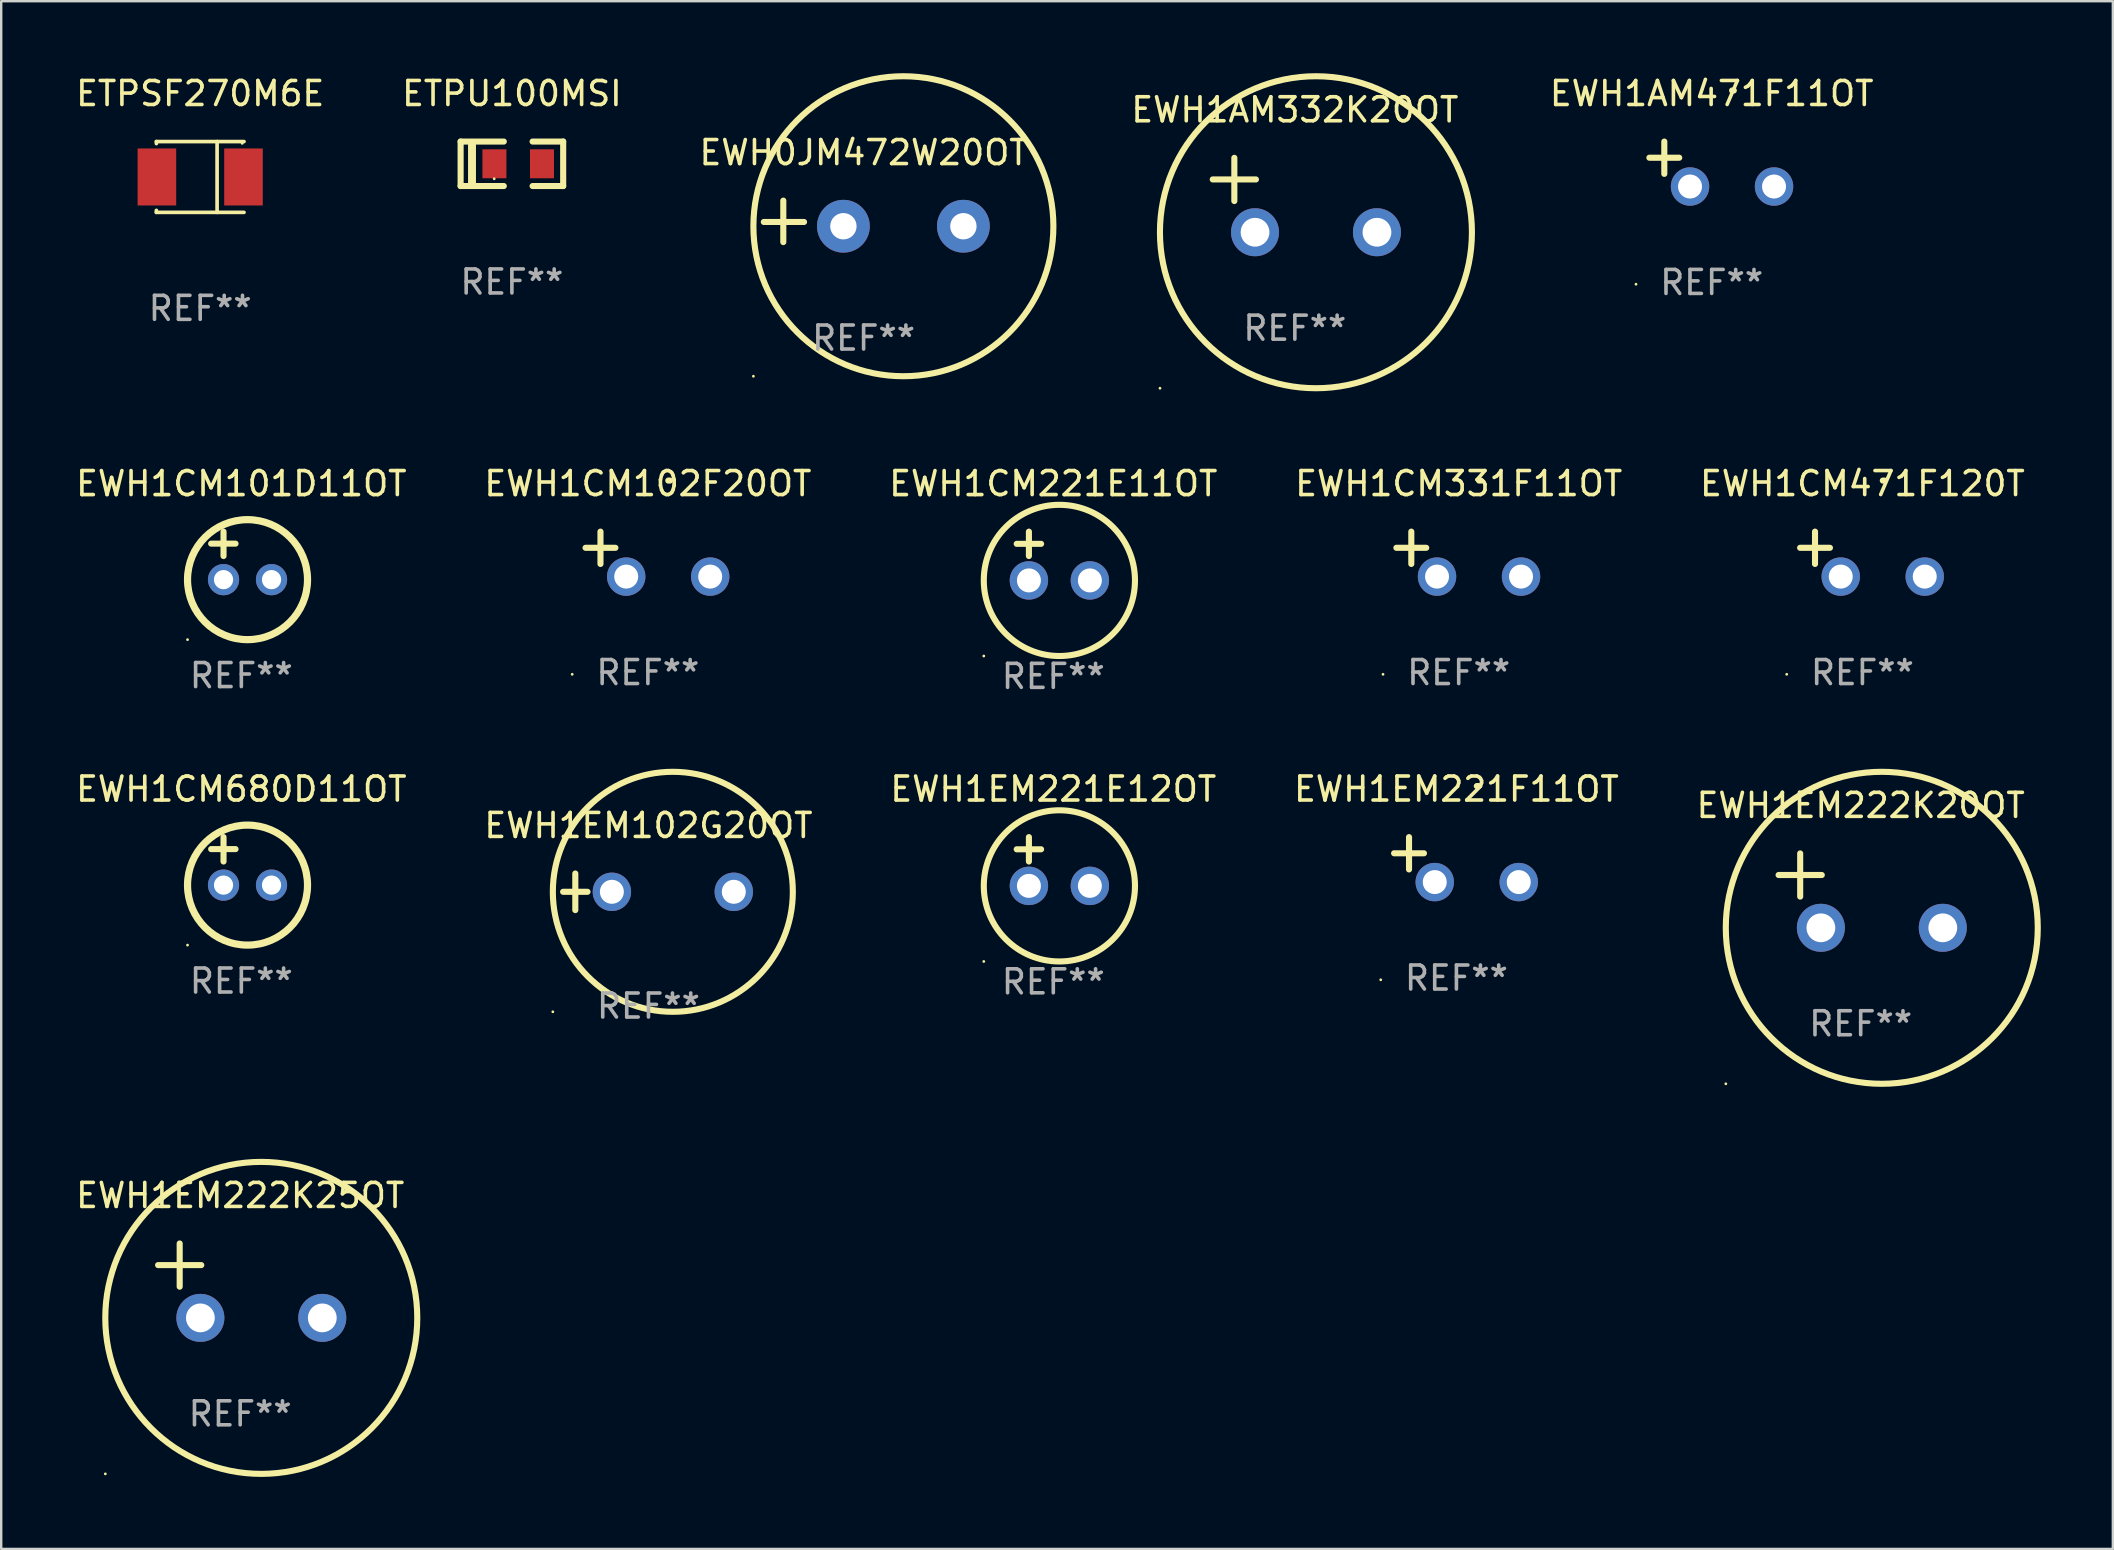
<source format=kicad_pcb>
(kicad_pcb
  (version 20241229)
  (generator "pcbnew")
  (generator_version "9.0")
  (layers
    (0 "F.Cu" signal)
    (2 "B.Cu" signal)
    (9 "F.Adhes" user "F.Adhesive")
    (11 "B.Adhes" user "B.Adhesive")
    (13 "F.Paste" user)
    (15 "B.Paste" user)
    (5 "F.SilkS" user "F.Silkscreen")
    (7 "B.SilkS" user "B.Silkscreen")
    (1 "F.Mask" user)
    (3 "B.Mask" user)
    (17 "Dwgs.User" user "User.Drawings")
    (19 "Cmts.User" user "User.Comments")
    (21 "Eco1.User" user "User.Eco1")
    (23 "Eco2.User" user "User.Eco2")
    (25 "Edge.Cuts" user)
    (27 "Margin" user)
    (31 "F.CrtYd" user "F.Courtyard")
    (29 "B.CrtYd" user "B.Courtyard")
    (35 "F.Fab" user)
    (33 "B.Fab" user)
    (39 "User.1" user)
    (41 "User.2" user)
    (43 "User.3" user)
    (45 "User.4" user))
  (footprint "EWH1EM221F11OT"
    (layer "F.Cu")
    (at 57.637 32.768)
    (property "Reference" "EWH1EM221F11OT" (at 0 -2.937 0) (layer "F.SilkS") (effects (font (size 1 1) (thickness 0.15))))
    (attr through_hole)
    (fp_line (start -1.975 0.41) (end -1.975 -0.937) (stroke (width 0.254) (type solid)) (layer "F.SilkS"))
    (fp_line (start -1.353 -0.263) (end -2.597 -0.263) (stroke (width 0.254) (type solid)) (layer "F.SilkS"))
    (fp_arc (start 0.849809 -3.063957) (mid 0.885369 -3.064114) (end 0.920929 -3.063957) (stroke (width 0.254001) (type solid)) (layer "F.SilkS"))
    (fp_circle (center -3.154 5.008) (end -3.124 5.008) (stroke (width 0.06) (type solid)) (fill no) (layer "F.SilkS"))
    (fp_text user "REF**" (at 0 4.937 0) (layer "F.Fab") (effects (font (size 1 1) (thickness 0.15))))
    (pad "1" thru_hole circle (at -0.903 0.937) (size 1.6 1.6) (drill 1) (layers "*.Cu" "*.Mask"))
    (pad "2" thru_hole circle (at 2.597 0.937) (size 1.6 1.6) (drill 1) (layers "*.Cu" "*.Mask")))
  (footprint "EWH1EM222K20OT"
    (layer "F.Cu")
    (at 74.482 34.06)
    (property "Reference" "EWH1EM222K20OT" (at 0 -3.55 0) (layer "F.SilkS") (effects (font (size 1 1) (thickness 0.15))))
    (attr through_hole)
    (fp_line (start -3.421 -0.65) (end -1.621 -0.65) (stroke (width 0.254) (type solid)) (layer "F.SilkS"))
    (fp_line (start -2.521 -1.55) (end -2.521 0.25) (stroke (width 0.254) (type solid)) (layer "F.SilkS"))
    (fp_circle (center -5.619 8.05) (end -5.589 8.05) (stroke (width 0.06) (type solid)) (fill no) (layer "F.SilkS"))
    (fp_circle (center 0.879 1.55) (end 7.379 1.55) (stroke (width 0.254) (type solid)) (fill no) (layer "F.SilkS"))
    (fp_text user "REF**" (at 0 5.55 0) (layer "F.Fab") (effects (font (size 1 1) (thickness 0.15))))
    (pad "1" thru_hole circle (at -1.659 1.55) (size 2 2) (drill 1.2) (layers "*.Cu" "*.Mask"))
    (pad "2" thru_hole circle (at 3.421 1.55) (size 2 2) (drill 1.2) (layers "*.Cu" "*.Mask")))
  (footprint "EWH1CM102F20OT"
    (layer "F.Cu")
    (at 23.946 20.039)
    (property "Reference" "EWH1CM102F20OT" (at 0 -2.937 0) (layer "F.SilkS") (effects (font (size 1 1) (thickness 0.15))))
    (attr through_hole)
    (fp_line (start -1.975 0.41) (end -1.975 -0.937) (stroke (width 0.254) (type solid)) (layer "F.SilkS"))
    (fp_line (start -1.353 -0.263) (end -2.597 -0.263) (stroke (width 0.254) (type solid)) (layer "F.SilkS"))
    (fp_arc (start 0.849809 -3.063957) (mid 0.885369 -3.064114) (end 0.920929 -3.063957) (stroke (width 0.254001) (type solid)) (layer "F.SilkS"))
    (fp_circle (center -3.154 5.008) (end -3.124 5.008) (stroke (width 0.06) (type solid)) (fill no) (layer "F.SilkS"))
    (fp_text user "REF**" (at 0 4.937 0) (layer "F.Fab") (effects (font (size 1 1) (thickness 0.15))))
    (pad "1" thru_hole circle (at -0.903 0.937) (size 1.6 1.6) (drill 1) (layers "*.Cu" "*.Mask"))
    (pad "2" thru_hole circle (at 2.597 0.937) (size 1.6 1.6) (drill 1) (layers "*.Cu" "*.Mask")))
  (footprint "EWH1AM332K20OT"
    (layer "F.Cu")
    (at 50.904 5.077)
    (property "Reference" "EWH1AM332K20OT" (at 0 -3.55 0) (layer "F.SilkS") (effects (font (size 1 1) (thickness 0.15))))
    (attr through_hole)
    (fp_line (start -3.421 -0.65) (end -1.621 -0.65) (stroke (width 0.254) (type solid)) (layer "F.SilkS"))
    (fp_line (start -2.521 -1.55) (end -2.521 0.25) (stroke (width 0.254) (type solid)) (layer "F.SilkS"))
    (fp_circle (center -5.619 8.05) (end -5.589 8.05) (stroke (width 0.06) (type solid)) (fill no) (layer "F.SilkS"))
    (fp_circle (center 0.879 1.55) (end 7.379 1.55) (stroke (width 0.254) (type solid)) (fill no) (layer "F.SilkS"))
    (fp_text user "REF**" (at 0 5.55 0) (layer "F.Fab") (effects (font (size 1 1) (thickness 0.15))))
    (pad "1" thru_hole circle (at -1.659 1.55) (size 2 2) (drill 1.2) (layers "*.Cu" "*.Mask"))
    (pad "2" thru_hole circle (at 3.421 1.55) (size 2 2) (drill 1.2) (layers "*.Cu" "*.Mask")))
  (footprint "EWH1AM471F11OT"
    (layer "F.Cu")
    (at 68.274 3.785)
    (property "Reference" "EWH1AM471F11OT" (at 0 -2.937 0) (layer "F.SilkS") (effects (font (size 1 1) (thickness 0.15))))
    (attr through_hole)
    (fp_line (start -1.975 0.41) (end -1.975 -0.937) (stroke (width 0.254) (type solid)) (layer "F.SilkS"))
    (fp_line (start -1.353 -0.263) (end -2.597 -0.263) (stroke (width 0.254) (type solid)) (layer "F.SilkS"))
    (fp_arc (start 0.849809 -3.063957) (mid 0.885369 -3.064114) (end 0.920929 -3.063957) (stroke (width 0.254001) (type solid)) (layer "F.SilkS"))
    (fp_circle (center -3.154 5.008) (end -3.124 5.008) (stroke (width 0.06) (type solid)) (fill no) (layer "F.SilkS"))
    (fp_text user "REF**" (at 0 4.937 0) (layer "F.Fab") (effects (font (size 1 1) (thickness 0.15))))
    (pad "1" thru_hole circle (at -0.903 0.937) (size 1.6 1.6) (drill 1) (layers "*.Cu" "*.Mask"))
    (pad "2" thru_hole circle (at 2.597 0.937) (size 1.6 1.6) (drill 1) (layers "*.Cu" "*.Mask")))
  (footprint "EWH1EM221E12OT"
    (layer "F.Cu")
    (at 40.839 32.847)
    (property "Reference" "EWH1EM221E12OT" (at 0 -3.016 0) (layer "F.SilkS") (effects (font (size 1 1) (thickness 0.15))))
    (attr through_hole)
    (fp_line (start -1.524 -0.508) (end -0.508 -0.508) (stroke (width 0.254) (type solid)) (layer "F.SilkS"))
    (fp_line (start -1.016 -1.016) (end -1.016 0) (stroke (width 0.254) (type solid)) (layer "F.SilkS"))
    (fp_circle (center -2.896 4.166) (end -2.866 4.166) (stroke (width 0.06) (type solid)) (fill no) (layer "F.SilkS"))
    (fp_circle (center 0.254 1.016) (end 3.404 1.016) (stroke (width 0.254) (type solid)) (fill no) (layer "F.SilkS"))
    (fp_text user "REF**" (at 0 5.016 0) (layer "F.Fab") (effects (font (size 1 1) (thickness 0.15))))
    (pad "1" thru_hole circle (at -1.016 1.016) (size 1.6 1.6) (drill 1) (layers "*.Cu" "*.Mask"))
    (pad "2" thru_hole circle (at 1.524 1.016) (size 1.6 1.6) (drill 1) (layers "*.Cu" "*.Mask")))
  (footprint "EWH1EM222K25OT"
    (layer "F.Cu")
    (at 6.958 50.314)
    (property "Reference" "EWH1EM222K25OT" (at 0 -3.55 0) (layer "F.SilkS") (effects (font (size 1 1) (thickness 0.15))))
    (attr through_hole)
    (fp_line (start -3.421 -0.65) (end -1.621 -0.65) (stroke (width 0.254) (type solid)) (layer "F.SilkS"))
    (fp_line (start -2.521 -1.55) (end -2.521 0.25) (stroke (width 0.254) (type solid)) (layer "F.SilkS"))
    (fp_circle (center -5.619 8.05) (end -5.589 8.05) (stroke (width 0.06) (type solid)) (fill no) (layer "F.SilkS"))
    (fp_circle (center 0.879 1.55) (end 7.379 1.55) (stroke (width 0.254) (type solid)) (fill no) (layer "F.SilkS"))
    (fp_text user "REF**" (at 0 5.55 0) (layer "F.Fab") (effects (font (size 1 1) (thickness 0.15))))
    (pad "1" thru_hole circle (at -1.659 1.55) (size 2 2) (drill 1.2) (layers "*.Cu" "*.Mask"))
    (pad "2" thru_hole circle (at 3.421 1.55) (size 2 2) (drill 1.2) (layers "*.Cu" "*.Mask")))
  (footprint "EWH1CM101D11OT"
    (layer "F.Cu")
    (at 7.006 20.103)
    (property "Reference" "EWH1CM101D11OT" (at 0 -3 0) (layer "F.SilkS") (effects (font (size 1 1) (thickness 0.15))))
    (attr through_hole)
    (fp_line (start -1.258 -0.5) (end -0.242 -0.5) (stroke (width 0.254) (type solid)) (layer "F.SilkS"))
    (fp_line (start -0.742 -1) (end -0.742 0.016) (stroke (width 0.254) (type solid)) (layer "F.SilkS"))
    (fp_circle (center -2.242 3.5) (end -2.212 3.5) (stroke (width 0.06) (type solid)) (fill no) (layer "F.SilkS"))
    (fp_circle (center 0.258 1) (end 2.758 1) (stroke (width 0.3) (type solid)) (fill no) (layer "F.SilkS"))
    (fp_text user "REF**" (at 0 5 0) (layer "F.Fab") (effects (font (size 1 1) (thickness 0.15))))
    (pad "1" thru_hole circle (at -0.742 1) (size 1.3 1.3) (drill 0.8) (layers "*.Cu" "*.Mask"))
    (pad "2" thru_hole circle (at 1.258 1) (size 1.3 1.3) (drill 0.8) (layers "*.Cu" "*.Mask")))
  (footprint "EWH1CM471F120T"
    (layer "F.Cu")
    (at 74.554 20.039)
    (property "Reference" "EWH1CM471F120T" (at 0 -2.937 0) (layer "F.SilkS") (effects (font (size 1 1) (thickness 0.15))))
    (attr through_hole)
    (fp_line (start -1.975 0.41) (end -1.975 -0.937) (stroke (width 0.254) (type solid)) (layer "F.SilkS"))
    (fp_line (start -1.353 -0.263) (end -2.597 -0.263) (stroke (width 0.254) (type solid)) (layer "F.SilkS"))
    (fp_arc (start 0.849809 -3.063957) (mid 0.885369 -3.064114) (end 0.920929 -3.063957) (stroke (width 0.254001) (type solid)) (layer "F.SilkS"))
    (fp_circle (center -3.154 5.008) (end -3.124 5.008) (stroke (width 0.06) (type solid)) (fill no) (layer "F.SilkS"))
    (fp_text user "REF**" (at 0 4.937 0) (layer "F.Fab") (effects (font (size 1 1) (thickness 0.15))))
    (pad "1" thru_hole circle (at -0.903 0.937) (size 1.6 1.6) (drill 1) (layers "*.Cu" "*.Mask"))
    (pad "2" thru_hole circle (at 2.597 0.937) (size 1.6 1.6) (drill 1) (layers "*.Cu" "*.Mask")))
  (footprint "ETPSF270M6E"
    (layer "F.Cu")
    (at 5.292 4.324)
    (property "Reference" "ETPSF270M6E" (at 0 -3.476 0) (layer "F.SilkS") (effects (font (size 1 1) (thickness 0.15))))
    (attr through_hole)
    (fp_line (start -1.826 -1.476) (end -1.826 -1.391) (stroke (width 0.152) (type solid)) (layer "F.SilkS"))
    (fp_line (start -1.826 -1.476) (end 1.826 -1.476) (stroke (width 0.152) (type solid)) (layer "F.SilkS"))
    (fp_line (start -1.826 1.476) (end -1.826 1.391) (stroke (width 0.152) (type solid)) (layer "F.SilkS"))
    (fp_line (start -1.826 1.476) (end 1.826 1.476) (stroke (width 0.152) (type solid)) (layer "F.SilkS"))
    (fp_line (start 0.704 -1.476) (end 0.704 1.476) (stroke (width 0.152) (type solid)) (layer "F.SilkS"))
    (fp_circle (center 1.75 -1.4) (end 1.78 -1.4) (stroke (width 0.06) (type solid)) (fill no) (layer "F.SilkS"))
    (fp_text user "REF**" (at 0 5.476 0) (layer "F.Fab") (effects (font (size 1 1) (thickness 0.15))))
    (pad "1" smd rect (at 1.804 0) (size 1.607 2.376) (layers "F.Cu" "F.Mask" "F.Paste"))
    (pad "2" smd rect (at -1.804 0) (size 1.607 2.376) (layers "F.Cu" "F.Mask" "F.Paste")))
  (footprint "EWH1CM221E11OT"
    (layer "F.Cu")
    (at 40.839 20.119)
    (property "Reference" "EWH1CM221E11OT" (at 0 -3.016 0) (layer "F.SilkS") (effects (font (size 1 1) (thickness 0.15))))
    (attr through_hole)
    (fp_line (start -1.524 -0.508) (end -0.508 -0.508) (stroke (width 0.254) (type solid)) (layer "F.SilkS"))
    (fp_line (start -1.016 -1.016) (end -1.016 0) (stroke (width 0.254) (type solid)) (layer "F.SilkS"))
    (fp_circle (center -2.896 4.166) (end -2.866 4.166) (stroke (width 0.06) (type solid)) (fill no) (layer "F.SilkS"))
    (fp_circle (center 0.254 1.016) (end 3.404 1.016) (stroke (width 0.254) (type solid)) (fill no) (layer "F.SilkS"))
    (fp_text user "REF**" (at 0 5.016 0) (layer "F.Fab") (effects (font (size 1 1) (thickness 0.15))))
    (pad "1" thru_hole circle (at -1.016 1.016) (size 1.6 1.6) (drill 1) (layers "*.Cu" "*.Mask"))
    (pad "2" thru_hole circle (at 1.524 1.016) (size 1.6 1.6) (drill 1) (layers "*.Cu" "*.Mask")))
  (footprint "EWH1CM680D11OT"
    (layer "F.Cu")
    (at 7.006 32.831)
    (property "Reference" "EWH1CM680D11OT" (at 0 -3 0) (layer "F.SilkS") (effects (font (size 1 1) (thickness 0.15))))
    (attr through_hole)
    (fp_line (start -1.258 -0.5) (end -0.242 -0.5) (stroke (width 0.254) (type solid)) (layer "F.SilkS"))
    (fp_line (start -0.742 -1) (end -0.742 0.016) (stroke (width 0.254) (type solid)) (layer "F.SilkS"))
    (fp_circle (center -2.242 3.5) (end -2.212 3.5) (stroke (width 0.06) (type solid)) (fill no) (layer "F.SilkS"))
    (fp_circle (center 0.258 1) (end 2.758 1) (stroke (width 0.3) (type solid)) (fill no) (layer "F.SilkS"))
    (fp_text user "REF**" (at 0 5 0) (layer "F.Fab") (effects (font (size 1 1) (thickness 0.15))))
    (pad "1" thru_hole circle (at -0.742 1) (size 1.3 1.3) (drill 0.8) (layers "*.Cu" "*.Mask"))
    (pad "2" thru_hole circle (at 1.258 1) (size 1.3 1.3) (drill 0.8) (layers "*.Cu" "*.Mask")))
  (footprint "ETPU100MSI"
    (layer "F.Cu")
    (at 18.28 3.775)
    (property "Reference" "ETPU100MSI" (at 0 -2.927 0) (layer "F.SilkS") (effects (font (size 1 1) (thickness 0.15))))
    (attr through_hole)
    (fp_line (start -2.137 0.927) (end -2.137 -0.927) (stroke (width 0.254) (type solid)) (layer "F.SilkS"))
    (fp_line (start -1.662 0.874) (end -1.662 -0.874) (stroke (width 0.33) (type solid)) (layer "F.SilkS"))
    (fp_line (start -0.337 -0.927) (end -2.137 -0.927) (stroke (width 0.254) (type solid)) (layer "F.SilkS"))
    (fp_line (start -0.337 0.927) (end -2.137 0.927) (stroke (width 0.254) (type solid)) (layer "F.SilkS"))
    (fp_line (start 0.862 0.927) (end 2.137 0.927) (stroke (width 0.254) (type solid)) (layer "F.SilkS"))
    (fp_line (start 2.137 -0.927) (end 0.862 -0.927) (stroke (width 0.254) (type solid)) (layer "F.SilkS"))
    (fp_line (start 2.137 0.927) (end 2.137 -0.927) (stroke (width 0.254) (type solid)) (layer "F.SilkS"))
    (fp_circle (center -0.737 0.625) (end -0.707 0.625) (stroke (width 0.06) (type solid)) (fill no) (layer "F.SilkS"))
    (fp_text user "REF**" (at 0 4.927 0) (layer "F.Fab") (effects (font (size 1 1) (thickness 0.15))))
    (pad "1" smd rect (at -0.728 0) (size 1 1.207) (layers "F.Cu" "F.Mask" "F.Paste"))
    (pad "2" smd rect (at 1.253 0) (size 1 1.207) (layers "F.Cu" "F.Mask" "F.Paste")))
  (footprint "EWH1EM102G20OT"
    (layer "F.Cu")
    (at 23.97 34.11)
    (property "Reference" "EWH1EM102G20OT" (at 0 -2.762 0) (layer "F.SilkS") (effects (font (size 1 1) (thickness 0.15))))
    (attr through_hole)
    (fp_line (start -3.556 0) (end -2.54 0) (stroke (width 0.254) (type solid)) (layer "F.SilkS"))
    (fp_line (start -3.048 -0.762) (end -3.048 0.762) (stroke (width 0.254) (type solid)) (layer "F.SilkS"))
    (fp_circle (center -3.984 5) (end -3.954 5) (stroke (width 0.06) (type solid)) (fill no) (layer "F.SilkS"))
    (fp_circle (center 1.016 0) (end 6.016 0) (stroke (width 0.254) (type solid)) (fill no) (layer "F.SilkS"))
    (fp_text user "REF**" (at 0 4.762 0) (layer "F.Fab") (effects (font (size 1 1) (thickness 0.15))))
    (pad "1" thru_hole circle (at -1.524 0) (size 1.6 1.6) (drill 1) (layers "*.Cu" "*.Mask"))
    (pad "2" thru_hole circle (at 3.556 0) (size 1.6 1.6) (drill 1) (layers "*.Cu" "*.Mask")))
  (footprint "EWH1CM331F11OT"
    (layer "F.Cu")
    (at 57.732 20.039)
    (property "Reference" "EWH1CM331F11OT" (at 0 -2.937 0) (layer "F.SilkS") (effects (font (size 1 1) (thickness 0.15))))
    (attr through_hole)
    (fp_line (start -1.975 0.41) (end -1.975 -0.937) (stroke (width 0.254) (type solid)) (layer "F.SilkS"))
    (fp_line (start -1.353 -0.263) (end -2.597 -0.263) (stroke (width 0.254) (type solid)) (layer "F.SilkS"))
    (fp_arc (start 0.849809 -3.063957) (mid 0.885369 -3.064114) (end 0.920929 -3.063957) (stroke (width 0.254001) (type solid)) (layer "F.SilkS"))
    (fp_circle (center -3.154 5.008) (end -3.124 5.008) (stroke (width 0.06) (type solid)) (fill no) (layer "F.SilkS"))
    (fp_text user "REF**" (at 0 4.937 0) (layer "F.Fab") (effects (font (size 1 1) (thickness 0.15))))
    (pad "1" thru_hole circle (at -0.903 0.937) (size 1.6 1.6) (drill 1) (layers "*.Cu" "*.Mask"))
    (pad "2" thru_hole circle (at 2.597 0.937) (size 1.6 1.6) (drill 1) (layers "*.Cu" "*.Mask")))
  (footprint "EWH0JM472W20OT"
    (layer "F.Cu")
    (at 32.935 6.174)
    (property "Reference" "EWH0JM472W20OT" (at 0 -2.864 0) (layer "F.SilkS") (effects (font (size 1 1) (thickness 0.15))))
    (attr through_hole)
    (fp_line (start -3.346 0.864) (end -3.346 -0.864) (stroke (width 0.254) (type solid)) (layer "F.SilkS"))
    (fp_line (start -2.482 0.025) (end -4.158 0.025) (stroke (width 0.254) (type solid)) (layer "F.SilkS"))
    (fp_circle (center -4.592 6.453) (end -4.562 6.453) (stroke (width 0.06) (type solid)) (fill no) (layer "F.SilkS"))
    (fp_circle (center 1.658 0.203) (end 7.908 0.203) (stroke (width 0.254) (type solid)) (fill no) (layer "F.SilkS"))
    (fp_text user "REF**" (at 0 4.864 0) (layer "F.Fab") (effects (font (size 1 1) (thickness 0.15))))
    (pad "1" thru_hole circle (at -0.842 0.203) (size 2.2 2.2) (drill 1.1) (layers "*.Cu" "*.Mask"))
    (pad "2" thru_hole circle (at 4.158 0.203) (size 2.2 2.2) (drill 1.1) (layers "*.Cu" "*.Mask")))
  (gr_rect
    (start -3 -3)
    (end 84.989 61.491)
    (stroke (width 0.1) (type default))
    (fill no)
    (layer "Edge.Cuts")))
</source>
